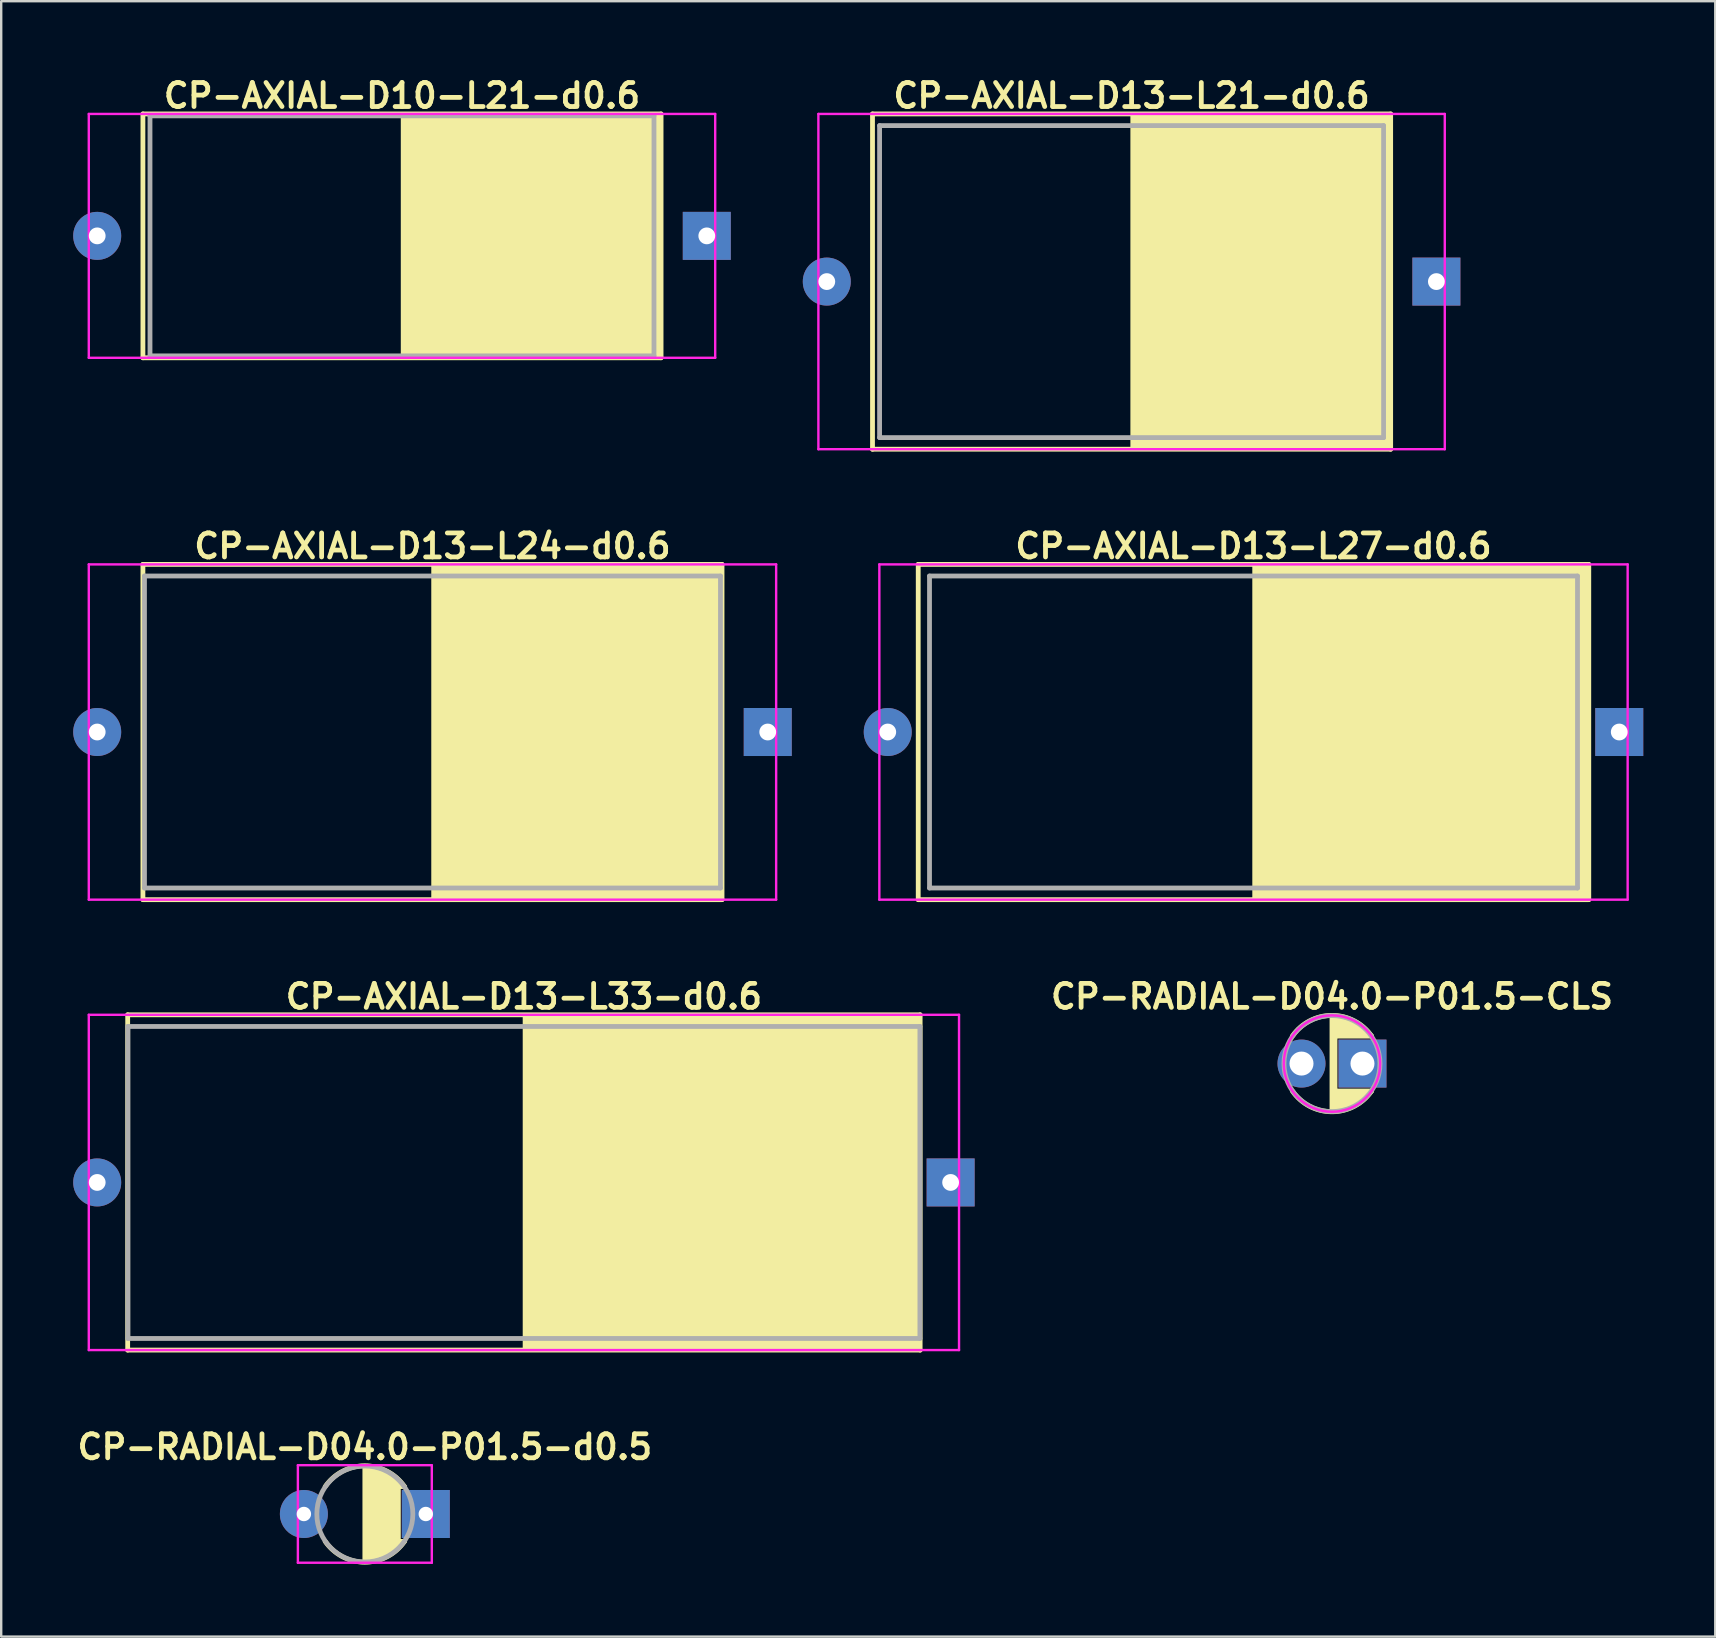
<source format=kicad_pcb>
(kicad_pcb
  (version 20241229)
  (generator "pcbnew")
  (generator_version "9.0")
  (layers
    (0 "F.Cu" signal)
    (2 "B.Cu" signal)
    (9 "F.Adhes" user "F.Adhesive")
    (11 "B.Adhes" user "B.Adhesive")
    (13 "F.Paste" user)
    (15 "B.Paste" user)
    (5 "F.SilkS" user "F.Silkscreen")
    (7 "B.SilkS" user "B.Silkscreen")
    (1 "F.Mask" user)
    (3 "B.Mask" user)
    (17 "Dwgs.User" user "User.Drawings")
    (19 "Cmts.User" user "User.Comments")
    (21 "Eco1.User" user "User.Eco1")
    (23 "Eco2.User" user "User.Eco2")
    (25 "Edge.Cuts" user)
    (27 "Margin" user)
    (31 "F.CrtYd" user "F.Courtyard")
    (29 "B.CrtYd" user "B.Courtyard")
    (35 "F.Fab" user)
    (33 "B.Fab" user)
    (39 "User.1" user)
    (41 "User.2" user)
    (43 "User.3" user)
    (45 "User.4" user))
  (footprint "CP-AXIAL-D13-L27-d0.6"
    (layer "F.Cu")
    (at 49.18 27.451)
    (property "Reference" "CP-AXIAL-D13-L27-d0.6" (at 0 -7.747 0) (layer "F.SilkS") (effects (font (size 1 1) (thickness 0.2))))
    (attr through_hole)
    (fp_line (start -13.97 -6.985) (end -13.97 6.985) (stroke (width 0.2) (type solid)) (layer "F.SilkS"))
    (fp_line (start -13.97 -6.985) (end 13.97 -6.985) (stroke (width 0.2) (type solid)) (layer "F.SilkS"))
    (fp_line (start -13.97 6.985) (end 13.97 6.985) (stroke (width 0.2) (type solid)) (layer "F.SilkS"))
    (fp_line (start 13.97 -6.985) (end 13.97 6.985) (stroke (width 0.2) (type solid)) (layer "F.SilkS"))
    (fp_poly (pts (xy 0 -6.985) (xy 13.97 -6.985) (xy 13.97 6.985) (xy 0 6.985)) (stroke (width 0.1) (type solid)) (fill yes) (layer "F.SilkS"))
    (fp_line (start -15.59 -6.985) (end -15.59 6.985) (stroke (width 0.1) (type solid)) (layer "F.CrtYd"))
    (fp_line (start -15.59 -6.985) (end 15.59 -6.985) (stroke (width 0.1) (type solid)) (layer "F.CrtYd"))
    (fp_line (start -15.59 6.985) (end 15.59 6.985) (stroke (width 0.1) (type solid)) (layer "F.CrtYd"))
    (fp_line (start 15.59 -6.985) (end 15.59 6.985) (stroke (width 0.1) (type solid)) (layer "F.CrtYd"))
    (fp_line (start -13.5 -6.5) (end -13.5 6.5) (stroke (width 0.2) (type solid)) (layer "F.Fab"))
    (fp_line (start -13.5 -6.5) (end 13.5 -6.5) (stroke (width 0.2) (type solid)) (layer "F.Fab"))
    (fp_line (start -13.5 6.5) (end 13.5 6.5) (stroke (width 0.2) (type solid)) (layer "F.Fab"))
    (fp_line (start 13.5 -6.5) (end 13.5 6.5) (stroke (width 0.2) (type solid)) (layer "F.Fab"))
    (pad "+" thru_hole circle (at -15.24 0) (size 2 2) (drill 0.7) (layers "*.Cu" "*.Mask"))
    (pad "-" thru_hole rect (at 15.24 0) (size 2 2) (drill 0.7) (layers "*.Cu" "*.Mask")))
  (footprint "CP-AXIAL-D13-L24-d0.6"
    (layer "F.Cu")
    (at 14.97 27.451)
    (property "Reference" "CP-AXIAL-D13-L24-d0.6" (at 0 -7.747 0) (layer "F.SilkS") (effects (font (size 1 1) (thickness 0.2))))
    (attr through_hole)
    (fp_line (start -12.065 -6.985) (end -12.065 6.985) (stroke (width 0.2) (type solid)) (layer "F.SilkS"))
    (fp_line (start -12.065 -6.985) (end 12.065 -6.985) (stroke (width 0.2) (type solid)) (layer "F.SilkS"))
    (fp_line (start -12.065 6.985) (end 12.065 6.985) (stroke (width 0.2) (type solid)) (layer "F.SilkS"))
    (fp_line (start 12.065 -6.985) (end 12.065 6.985) (stroke (width 0.2) (type solid)) (layer "F.SilkS"))
    (fp_poly (pts (xy 0 -6.985) (xy 12.065 -6.985) (xy 12.065 6.985) (xy 0 6.985)) (stroke (width 0.1) (type solid)) (fill yes) (layer "F.SilkS"))
    (fp_line (start -14.32 -6.985) (end -14.32 6.985) (stroke (width 0.1) (type solid)) (layer "F.CrtYd"))
    (fp_line (start -14.32 -6.985) (end 14.32 -6.985) (stroke (width 0.1) (type solid)) (layer "F.CrtYd"))
    (fp_line (start -14.32 6.985) (end 14.32 6.985) (stroke (width 0.1) (type solid)) (layer "F.CrtYd"))
    (fp_line (start 14.32 -6.985) (end 14.32 6.985) (stroke (width 0.1) (type solid)) (layer "F.CrtYd"))
    (fp_line (start -12 -6.5) (end -12 6.5) (stroke (width 0.2) (type solid)) (layer "F.Fab"))
    (fp_line (start -12 -6.5) (end 12 -6.5) (stroke (width 0.2) (type solid)) (layer "F.Fab"))
    (fp_line (start -12 6.5) (end 12 6.5) (stroke (width 0.2) (type solid)) (layer "F.Fab"))
    (fp_line (start 12 -6.5) (end 12 6.5) (stroke (width 0.2) (type solid)) (layer "F.Fab"))
    (pad "+" thru_hole circle (at -13.97 0) (size 2 2) (drill 0.7) (layers "*.Cu" "*.Mask"))
    (pad "-" thru_hole rect (at 13.97 0) (size 2 2) (drill 0.7) (layers "*.Cu" "*.Mask")))
  (footprint "CP-RADIAL-D04.0-P01.5-CLS"
    (layer "F.Cu")
    (at 52.45 41.266)
    (property "Reference" "CP-RADIAL-D04.0-P01.5-CLS" (at 0 -2.794 0) (layer "F.SilkS") (effects (font (size 1 1) (thickness 0.2))))
    (attr through_hole)
    (fp_arc (start -1.651 -1.143) (mid 0 -2.008046) (end 1.651 -1.143) (stroke (width 0.2) (type solid)) (layer "F.SilkS"))
    (fp_arc (start 1.650806 1.143281) (mid -0.000171 2.008047) (end -1.651 1.143) (stroke (width 0.2) (type solid)) (layer "F.SilkS"))
    (fp_poly (pts (xy 0 -1.905) (xy 1.27 -1.524) (xy 1.651 -1.143) (xy 0.127 -1.143) (xy 0.127 1.143) (xy 1.651 1.143) (xy 1.27 1.524) (xy 0 1.905)) (stroke (width 0.2) (type solid)) (fill yes) (layer "F.SilkS"))
    (fp_circle (center 0 0) (end 1.651 -1.143) (stroke (width 0.1) (type solid)) (fill no) (layer "F.CrtYd"))
    (fp_circle (center 0 0) (end 2 0) (stroke (width 0.2) (type solid)) (fill no) (layer "F.Fab"))
    (pad "+" thru_hole circle (at -1.27 0) (size 2 2) (drill 1) (layers "B.Cu" "B.Mask"))
    (pad "-" thru_hole rect (at 1.27 0) (size 2 2) (drill 1) (layers "B.Cu" "B.Mask")))
  (footprint "CP-AXIAL-D10-L21-d0.6"
    (layer "F.Cu")
    (at 13.7 6.778)
    (property "Reference" "CP-AXIAL-D10-L21-d0.6" (at 0 -5.842 0) (layer "F.SilkS") (effects (font (size 1 1) (thickness 0.2))))
    (attr through_hole)
    (fp_line (start -10.795 -5.08) (end -10.795 5.08) (stroke (width 0.2) (type solid)) (layer "F.SilkS"))
    (fp_line (start -10.795 -5.08) (end 10.795 -5.08) (stroke (width 0.2) (type solid)) (layer "F.SilkS"))
    (fp_line (start -10.795 5.08) (end 10.795 5.08) (stroke (width 0.2) (type solid)) (layer "F.SilkS"))
    (fp_line (start 10.795 -5.08) (end 10.795 5.08) (stroke (width 0.2) (type solid)) (layer "F.SilkS"))
    (fp_poly (pts (xy 0 -5.08) (xy 10.795 -5.08) (xy 10.795 5.08) (xy 0 5.08)) (stroke (width 0.1) (type solid)) (fill yes) (layer "F.SilkS"))
    (fp_line (start -13.05 -5.08) (end -13.05 5.08) (stroke (width 0.1) (type solid)) (layer "F.CrtYd"))
    (fp_line (start -13.05 -5.08) (end 13.05 -5.08) (stroke (width 0.1) (type solid)) (layer "F.CrtYd"))
    (fp_line (start -13.05 5.08) (end 13.05 5.08) (stroke (width 0.1) (type solid)) (layer "F.CrtYd"))
    (fp_line (start 13.05 -5.08) (end 13.05 5.08) (stroke (width 0.1) (type solid)) (layer "F.CrtYd"))
    (fp_line (start -10.5 -5) (end -10.5 5) (stroke (width 0.2) (type solid)) (layer "F.Fab"))
    (fp_line (start -10.5 -5) (end 10.5 -5) (stroke (width 0.2) (type solid)) (layer "F.Fab"))
    (fp_line (start -10.5 5) (end 10.5 5) (stroke (width 0.2) (type solid)) (layer "F.Fab"))
    (fp_line (start 10.5 -5) (end 10.5 5) (stroke (width 0.2) (type solid)) (layer "F.Fab"))
    (pad "+" thru_hole circle (at -12.7 0) (size 2 2) (drill 0.7) (layers "*.Cu" "*.Mask"))
    (pad "-" thru_hole rect (at 12.7 0) (size 2 2) (drill 0.7) (layers "*.Cu" "*.Mask")))
  (footprint "CP-AXIAL-D13-L21-d0.6"
    (layer "F.Cu")
    (at 44.1 8.683)
    (property "Reference" "CP-AXIAL-D13-L21-d0.6" (at 0 -7.747 0) (layer "F.SilkS") (effects (font (size 1 1) (thickness 0.2))))
    (attr through_hole)
    (fp_line (start -10.795 -6.985) (end -10.795 6.985) (stroke (width 0.2) (type solid)) (layer "F.SilkS"))
    (fp_line (start -10.795 -6.985) (end 10.795 -6.985) (stroke (width 0.2) (type solid)) (layer "F.SilkS"))
    (fp_line (start -10.795 6.985) (end 10.795 6.985) (stroke (width 0.2) (type solid)) (layer "F.SilkS"))
    (fp_line (start 10.795 -6.985) (end 10.795 6.985) (stroke (width 0.2) (type solid)) (layer "F.SilkS"))
    (fp_poly (pts (xy 0 -6.985) (xy 10.795 -6.985) (xy 10.795 6.985) (xy 0 6.985)) (stroke (width 0.1) (type solid)) (fill yes) (layer "F.SilkS"))
    (fp_line (start -13.05 -6.985) (end -13.05 6.985) (stroke (width 0.1) (type solid)) (layer "F.CrtYd"))
    (fp_line (start -13.05 -6.985) (end 13.05 -6.985) (stroke (width 0.1) (type solid)) (layer "F.CrtYd"))
    (fp_line (start -13.05 6.985) (end 13.05 6.985) (stroke (width 0.1) (type solid)) (layer "F.CrtYd"))
    (fp_line (start 13.05 -6.985) (end 13.05 6.985) (stroke (width 0.1) (type solid)) (layer "F.CrtYd"))
    (fp_line (start -10.5 -6.5) (end -10.5 6.5) (stroke (width 0.2) (type solid)) (layer "F.Fab"))
    (fp_line (start -10.5 -6.5) (end 10.5 -6.5) (stroke (width 0.2) (type solid)) (layer "F.Fab"))
    (fp_line (start -10.5 6.5) (end 10.5 6.5) (stroke (width 0.2) (type solid)) (layer "F.Fab"))
    (fp_line (start 10.5 -6.5) (end 10.5 6.5) (stroke (width 0.2) (type solid)) (layer "F.Fab"))
    (pad "+" thru_hole circle (at -12.7 0) (size 2 2) (drill 0.7) (layers "*.Cu" "*.Mask"))
    (pad "-" thru_hole rect (at 12.7 0) (size 2 2) (drill 0.7) (layers "*.Cu" "*.Mask")))
  (footprint "CP-AXIAL-D13-L33-d0.6"
    (layer "F.Cu")
    (at 18.78 46.219)
    (property "Reference" "CP-AXIAL-D13-L33-d0.6" (at 0 -7.747 0) (layer "F.SilkS") (effects (font (size 1 1) (thickness 0.2))))
    (attr through_hole)
    (fp_line (start -16.51 -6.985) (end -16.51 6.985) (stroke (width 0.2) (type solid)) (layer "F.SilkS"))
    (fp_line (start -16.51 -6.985) (end 16.51 -6.985) (stroke (width 0.2) (type solid)) (layer "F.SilkS"))
    (fp_line (start -16.51 6.985) (end 16.51 6.985) (stroke (width 0.2) (type solid)) (layer "F.SilkS"))
    (fp_line (start 16.51 -6.985) (end 16.51 6.985) (stroke (width 0.2) (type solid)) (layer "F.SilkS"))
    (fp_poly (pts (xy 0 -6.985) (xy 16.51 -6.985) (xy 16.51 6.985) (xy 0 6.985)) (stroke (width 0.1) (type solid)) (fill yes) (layer "F.SilkS"))
    (fp_line (start -18.13 -6.985) (end -18.13 6.985) (stroke (width 0.1) (type solid)) (layer "F.CrtYd"))
    (fp_line (start -18.13 -6.985) (end 18.13 -6.985) (stroke (width 0.1) (type solid)) (layer "F.CrtYd"))
    (fp_line (start -18.13 6.985) (end 18.13 6.985) (stroke (width 0.1) (type solid)) (layer "F.CrtYd"))
    (fp_line (start 18.13 -6.985) (end 18.13 6.985) (stroke (width 0.1) (type solid)) (layer "F.CrtYd"))
    (fp_line (start -16.5 -6.5) (end -16.5 6.5) (stroke (width 0.2) (type solid)) (layer "F.Fab"))
    (fp_line (start -16.5 -6.5) (end 16.5 -6.5) (stroke (width 0.2) (type solid)) (layer "F.Fab"))
    (fp_line (start -16.5 6.5) (end 16.5 6.5) (stroke (width 0.2) (type solid)) (layer "F.Fab"))
    (fp_line (start 16.5 -6.5) (end 16.5 6.5) (stroke (width 0.2) (type solid)) (layer "F.Fab"))
    (pad "+" thru_hole circle (at -17.78 0) (size 2 2) (drill 0.7) (layers "*.Cu" "*.Mask"))
    (pad "-" thru_hole rect (at 17.78 0) (size 2 2) (drill 0.7) (layers "*.Cu" "*.Mask")))
  (footprint "CP-RADIAL-D04.0-P01.5-d0.5"
    (layer "F.Cu")
    (at 12.152 60.034)
    (property "Reference" "CP-RADIAL-D04.0-P01.5-d0.5" (at 0 -2.794 0) (layer "F.SilkS") (effects (font (size 1 1) (thickness 0.2))))
    (attr through_hole)
    (fp_arc (start -1.651 -1.143) (mid 0 -2.008046) (end 1.651 -1.143) (stroke (width 0.2) (type solid)) (layer "F.SilkS"))
    (fp_arc (start 1.650806 1.143281) (mid -0.000171 2.008047) (end -1.651 1.143) (stroke (width 0.2) (type solid)) (layer "F.SilkS"))
    (fp_poly (pts (xy 0 -1.905) (xy 1.27 -1.524) (xy 1.651 -1.143) (xy 1.397 -1.143) (xy 1.397 1.143) (xy 1.651 1.143) (xy 1.27 1.524) (xy 0 1.905)) (stroke (width 0.2) (type solid)) (fill yes) (layer "F.SilkS"))
    (fp_line (start -2.79 -2.032) (end -2.79 2.032) (stroke (width 0.1) (type solid)) (layer "F.CrtYd"))
    (fp_line (start -2.79 -2.032) (end 2.79 -2.032) (stroke (width 0.1) (type solid)) (layer "F.CrtYd"))
    (fp_line (start -2.79 2.032) (end 2.79 2.032) (stroke (width 0.1) (type solid)) (layer "F.CrtYd"))
    (fp_line (start 2.79 -2.032) (end 2.79 2.032) (stroke (width 0.1) (type solid)) (layer "F.CrtYd"))
    (fp_circle (center 0 0) (end 2 0) (stroke (width 0.2) (type solid)) (fill no) (layer "F.Fab"))
    (pad "+" thru_hole circle (at -2.54 0) (size 2 2) (drill 0.6) (layers "*.Cu" "*.Mask"))
    (pad "-" thru_hole rect (at 2.54 0) (size 2 2) (drill 0.6) (layers "*.Cu" "*.Mask")))
  (gr_rect
    (start -3 -3)
    (end 68.42 65.142)
    (stroke (width 0.1) (type default))
    (fill no)
    (layer "Edge.Cuts")))
</source>
